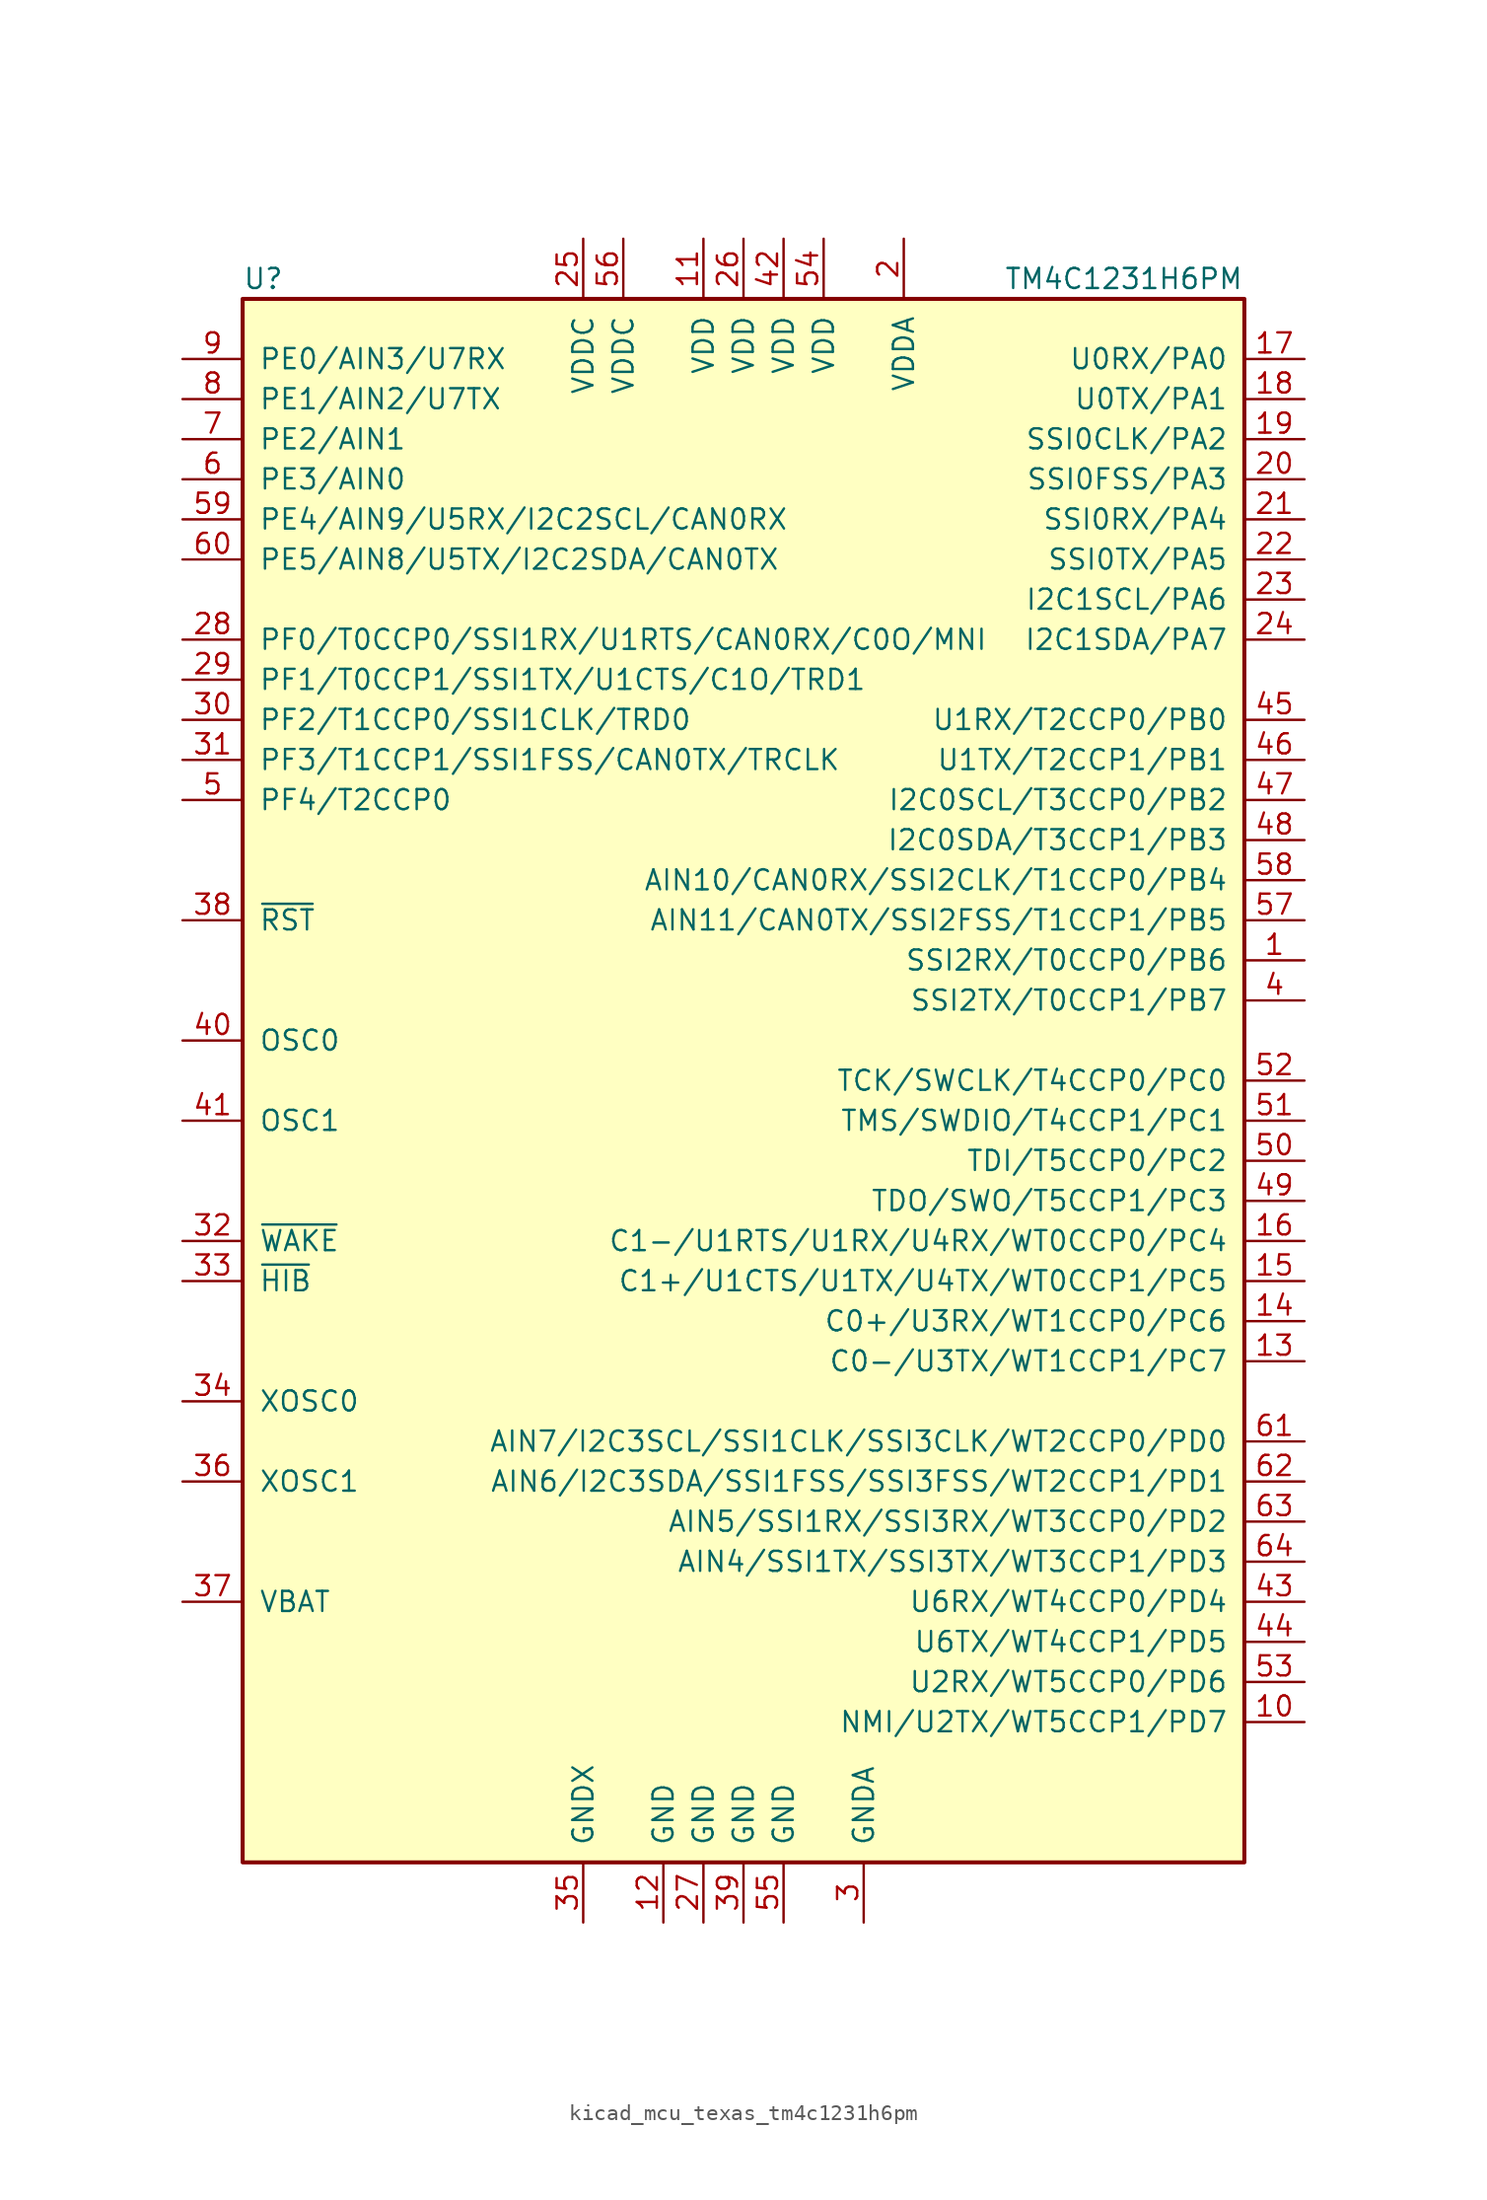
<source format=kicad_sym>
(kicad_symbol_lib
  (version 20220914)
  (generator kicad_symbol_editor)
  (symbol "kicad_mcu_texas_tm4c1231h6pm"
    (pin_names
      (offset 1.016))
    (property "Reference" "U"
      (at -31.75 50.8 0)
      (effects (font (size 1.27 1.27)) (justify left)))
    (property "Value" "TM4C1231H6PM"
      (at 16.51 50.8 0)
      (effects (font (size 1.27 1.27)) (justify left)))
    (symbol "kicad_mcu_texas_tm4c1231h6pm_0_1"
      (rectangle (start -31.75 49.53) (end 31.75 -49.53) (stroke (width 0.254) (type default)) (fill (type background))))
    (symbol "kicad_mcu_texas_tm4c1231h6pm_1_1"
      (pin bidirectional line (at 35.56 7.62 180) (length 3.81) (name "SSI2RX/T0CCP0/PB6" (effects (font (size 1.27 1.27)))) (number "1" (effects (font (size 1.27 1.27)))))
      (pin bidirectional line (at 35.56 -40.64 180) (length 3.81) (name "NMI/U2TX/WT5CCP1/PD7" (effects (font (size 1.27 1.27)))) (number "10" (effects (font (size 1.27 1.27)))))
      (pin power_in line (at -2.54 53.34 270) (length 3.81) (name "VDD" (effects (font (size 1.27 1.27)))) (number "11" (effects (font (size 1.27 1.27)))))
      (pin power_in line (at -5.08 -53.34 90) (length 3.81) (name "GND" (effects (font (size 1.27 1.27)))) (number "12" (effects (font (size 1.27 1.27)))))
      (pin bidirectional line (at 35.56 -17.78 180) (length 3.81) (name "C0-/U3TX/WT1CCP1/PC7" (effects (font (size 1.27 1.27)))) (number "13" (effects (font (size 1.27 1.27)))))
      (pin bidirectional line (at 35.56 -15.24 180) (length 3.81) (name "C0+/U3RX/WT1CCP0/PC6" (effects (font (size 1.27 1.27)))) (number "14" (effects (font (size 1.27 1.27)))))
      (pin bidirectional line (at 35.56 -12.7 180) (length 3.81) (name "C1+/U1CTS/U1TX/U4TX/WT0CCP1/PC5" (effects (font (size 1.27 1.27)))) (number "15" (effects (font (size 1.27 1.27)))))
      (pin bidirectional line (at 35.56 -10.16 180) (length 3.81) (name "C1-/U1RTS/U1RX/U4RX/WT0CCP0/PC4" (effects (font (size 1.27 1.27)))) (number "16" (effects (font (size 1.27 1.27)))))
      (pin bidirectional line (at 35.56 45.72 180) (length 3.81) (name "U0RX/PA0" (effects (font (size 1.27 1.27)))) (number "17" (effects (font (size 1.27 1.27)))))
      (pin bidirectional line (at 35.56 43.18 180) (length 3.81) (name "U0TX/PA1" (effects (font (size 1.27 1.27)))) (number "18" (effects (font (size 1.27 1.27)))))
      (pin bidirectional line (at 35.56 40.64 180) (length 3.81) (name "SSI0CLK/PA2" (effects (font (size 1.27 1.27)))) (number "19" (effects (font (size 1.27 1.27)))))
      (pin power_in line (at 10.16 53.34 270) (length 3.81) (name "VDDA" (effects (font (size 1.27 1.27)))) (number "2" (effects (font (size 1.27 1.27)))))
      (pin bidirectional line (at 35.56 38.1 180) (length 3.81) (name "SSI0FSS/PA3" (effects (font (size 1.27 1.27)))) (number "20" (effects (font (size 1.27 1.27)))))
      (pin bidirectional line (at 35.56 35.56 180) (length 3.81) (name "SSI0RX/PA4" (effects (font (size 1.27 1.27)))) (number "21" (effects (font (size 1.27 1.27)))))
      (pin bidirectional line (at 35.56 33.02 180) (length 3.81) (name "SSI0TX/PA5" (effects (font (size 1.27 1.27)))) (number "22" (effects (font (size 1.27 1.27)))))
      (pin bidirectional line (at 35.56 30.48 180) (length 3.81) (name "I2C1SCL/PA6" (effects (font (size 1.27 1.27)))) (number "23" (effects (font (size 1.27 1.27)))))
      (pin bidirectional line (at 35.56 27.94 180) (length 3.81) (name "I2C1SDA/PA7" (effects (font (size 1.27 1.27)))) (number "24" (effects (font (size 1.27 1.27)))))
      (pin power_in line (at -10.16 53.34 270) (length 3.81) (name "VDDC" (effects (font (size 1.27 1.27)))) (number "25" (effects (font (size 1.27 1.27)))))
      (pin power_in line (at 0 53.34 270) (length 3.81) (name "VDD" (effects (font (size 1.27 1.27)))) (number "26" (effects (font (size 1.27 1.27)))))
      (pin power_in line (at -2.54 -53.34 90) (length 3.81) (name "GND" (effects (font (size 1.27 1.27)))) (number "27" (effects (font (size 1.27 1.27)))))
      (pin bidirectional line (at -35.56 27.94 0) (length 3.81) (name "PF0/T0CCP0/SSI1RX/U1RTS/CAN0RX/C0O/MNI" (effects (font (size 1.27 1.27)))) (number "28" (effects (font (size 1.27 1.27)))))
      (pin bidirectional line (at -35.56 25.4 0) (length 3.81) (name "PF1/T0CCP1/SSI1TX/U1CTS/C1O/TRD1" (effects (font (size 1.27 1.27)))) (number "29" (effects (font (size 1.27 1.27)))))
      (pin power_in line (at 7.62 -53.34 90) (length 3.81) (name "GNDA" (effects (font (size 1.27 1.27)))) (number "3" (effects (font (size 1.27 1.27)))))
      (pin bidirectional line (at -35.56 22.86 0) (length 3.81) (name "PF2/T1CCP0/SSI1CLK/TRD0" (effects (font (size 1.27 1.27)))) (number "30" (effects (font (size 1.27 1.27)))))
      (pin bidirectional line (at -35.56 20.32 0) (length 3.81) (name "PF3/T1CCP1/SSI1FSS/CAN0TX/TRCLK" (effects (font (size 1.27 1.27)))) (number "31" (effects (font (size 1.27 1.27)))))
      (pin input line (at -35.56 -10.16 0) (length 3.81) (name "~{WAKE}" (effects (font (size 1.27 1.27)))) (number "32" (effects (font (size 1.27 1.27)))))
      (pin open_collector line (at -35.56 -12.7 0) (length 3.81) (name "~{HIB}" (effects (font (size 1.27 1.27)))) (number "33" (effects (font (size 1.27 1.27)))))
      (pin passive line (at -35.56 -20.32 0) (length 3.81) (name "XOSC0" (effects (font (size 1.27 1.27)))) (number "34" (effects (font (size 1.27 1.27)))))
      (pin power_in line (at -10.16 -53.34 90) (length 3.81) (name "GNDX" (effects (font (size 1.27 1.27)))) (number "35" (effects (font (size 1.27 1.27)))))
      (pin passive line (at -35.56 -25.4 0) (length 3.81) (name "XOSC1" (effects (font (size 1.27 1.27)))) (number "36" (effects (font (size 1.27 1.27)))))
      (pin passive line (at -35.56 -33.02 0) (length 3.81) (name "VBAT" (effects (font (size 1.27 1.27)))) (number "37" (effects (font (size 1.27 1.27)))))
      (pin input line (at -35.56 10.16 0) (length 3.81) (name "~{RST}" (effects (font (size 1.27 1.27)))) (number "38" (effects (font (size 1.27 1.27)))))
      (pin bidirectional line (at 0 -53.34 90) (length 3.81) (name "GND" (effects (font (size 1.27 1.27)))) (number "39" (effects (font (size 1.27 1.27)))))
      (pin bidirectional line (at 35.56 5.08 180) (length 3.81) (name "SSI2TX/T0CCP1/PB7" (effects (font (size 1.27 1.27)))) (number "4" (effects (font (size 1.27 1.27)))))
      (pin passive line (at -35.56 2.54 0) (length 3.81) (name "OSC0" (effects (font (size 1.27 1.27)))) (number "40" (effects (font (size 1.27 1.27)))))
      (pin passive line (at -35.56 -2.54 0) (length 3.81) (name "OSC1" (effects (font (size 1.27 1.27)))) (number "41" (effects (font (size 1.27 1.27)))))
      (pin power_in line (at 2.54 53.34 270) (length 3.81) (name "VDD" (effects (font (size 1.27 1.27)))) (number "42" (effects (font (size 1.27 1.27)))))
      (pin bidirectional line (at 35.56 -33.02 180) (length 3.81) (name "U6RX/WT4CCP0/PD4" (effects (font (size 1.27 1.27)))) (number "43" (effects (font (size 1.27 1.27)))))
      (pin bidirectional line (at 35.56 -35.56 180) (length 3.81) (name "U6TX/WT4CCP1/PD5" (effects (font (size 1.27 1.27)))) (number "44" (effects (font (size 1.27 1.27)))))
      (pin bidirectional line (at 35.56 22.86 180) (length 3.81) (name "U1RX/T2CCP0/PB0" (effects (font (size 1.27 1.27)))) (number "45" (effects (font (size 1.27 1.27)))))
      (pin bidirectional line (at 35.56 20.32 180) (length 3.81) (name "U1TX/T2CCP1/PB1" (effects (font (size 1.27 1.27)))) (number "46" (effects (font (size 1.27 1.27)))))
      (pin bidirectional line (at 35.56 17.78 180) (length 3.81) (name "I2C0SCL/T3CCP0/PB2" (effects (font (size 1.27 1.27)))) (number "47" (effects (font (size 1.27 1.27)))))
      (pin bidirectional line (at 35.56 15.24 180) (length 3.81) (name "I2C0SDA/T3CCP1/PB3" (effects (font (size 1.27 1.27)))) (number "48" (effects (font (size 1.27 1.27)))))
      (pin bidirectional line (at 35.56 -7.62 180) (length 3.81) (name "TDO/SWO/T5CCP1/PC3" (effects (font (size 1.27 1.27)))) (number "49" (effects (font (size 1.27 1.27)))))
      (pin bidirectional line (at -35.56 17.78 0) (length 3.81) (name "PF4/T2CCP0" (effects (font (size 1.27 1.27)))) (number "5" (effects (font (size 1.27 1.27)))))
      (pin bidirectional line (at 35.56 -5.08 180) (length 3.81) (name "TDI/T5CCP0/PC2" (effects (font (size 1.27 1.27)))) (number "50" (effects (font (size 1.27 1.27)))))
      (pin bidirectional line (at 35.56 -2.54 180) (length 3.81) (name "TMS/SWDIO/T4CCP1/PC1" (effects (font (size 1.27 1.27)))) (number "51" (effects (font (size 1.27 1.27)))))
      (pin bidirectional line (at 35.56 0 180) (length 3.81) (name "TCK/SWCLK/T4CCP0/PC0" (effects (font (size 1.27 1.27)))) (number "52" (effects (font (size 1.27 1.27)))))
      (pin bidirectional line (at 35.56 -38.1 180) (length 3.81) (name "U2RX/WT5CCP0/PD6" (effects (font (size 1.27 1.27)))) (number "53" (effects (font (size 1.27 1.27)))))
      (pin power_in line (at 5.08 53.34 270) (length 3.81) (name "VDD" (effects (font (size 1.27 1.27)))) (number "54" (effects (font (size 1.27 1.27)))))
      (pin power_in line (at 2.54 -53.34 90) (length 3.81) (name "GND" (effects (font (size 1.27 1.27)))) (number "55" (effects (font (size 1.27 1.27)))))
      (pin power_in line (at -7.62 53.34 270) (length 3.81) (name "VDDC" (effects (font (size 1.27 1.27)))) (number "56" (effects (font (size 1.27 1.27)))))
      (pin bidirectional line (at 35.56 10.16 180) (length 3.81) (name "AIN11/CAN0TX/SSI2FSS/T1CCP1/PB5" (effects (font (size 1.27 1.27)))) (number "57" (effects (font (size 1.27 1.27)))))
      (pin bidirectional line (at 35.56 12.7 180) (length 3.81) (name "AIN10/CAN0RX/SSI2CLK/T1CCP0/PB4" (effects (font (size 1.27 1.27)))) (number "58" (effects (font (size 1.27 1.27)))))
      (pin bidirectional line (at -35.56 35.56 0) (length 3.81) (name "PE4/AIN9/U5RX/I2C2SCL/CAN0RX" (effects (font (size 1.27 1.27)))) (number "59" (effects (font (size 1.27 1.27)))))
      (pin bidirectional line (at -35.56 38.1 0) (length 3.81) (name "PE3/AIN0" (effects (font (size 1.27 1.27)))) (number "6" (effects (font (size 1.27 1.27)))))
      (pin bidirectional line (at -35.56 33.02 0) (length 3.81) (name "PE5/AIN8/U5TX/I2C2SDA/CAN0TX" (effects (font (size 1.27 1.27)))) (number "60" (effects (font (size 1.27 1.27)))))
      (pin bidirectional line (at 35.56 -22.86 180) (length 3.81) (name "AIN7/I2C3SCL/SSI1CLK/SSI3CLK/WT2CCP0/PD0" (effects (font (size 1.27 1.27)))) (number "61" (effects (font (size 1.27 1.27)))))
      (pin bidirectional line (at 35.56 -25.4 180) (length 3.81) (name "AIN6/I2C3SDA/SSI1FSS/SSI3FSS/WT2CCP1/PD1" (effects (font (size 1.27 1.27)))) (number "62" (effects (font (size 1.27 1.27)))))
      (pin bidirectional line (at 35.56 -27.94 180) (length 3.81) (name "AIN5/SSI1RX/SSI3RX/WT3CCP0/PD2" (effects (font (size 1.27 1.27)))) (number "63" (effects (font (size 1.27 1.27)))))
      (pin bidirectional line (at 35.56 -30.48 180) (length 3.81) (name "AIN4/SSI1TX/SSI3TX/WT3CCP1/PD3" (effects (font (size 1.27 1.27)))) (number "64" (effects (font (size 1.27 1.27)))))
      (pin bidirectional line (at -35.56 40.64 0) (length 3.81) (name "PE2/AIN1" (effects (font (size 1.27 1.27)))) (number "7" (effects (font (size 1.27 1.27)))))
      (pin bidirectional line (at -35.56 43.18 0) (length 3.81) (name "PE1/AIN2/U7TX" (effects (font (size 1.27 1.27)))) (number "8" (effects (font (size 1.27 1.27)))))
      (pin bidirectional line (at -35.56 45.72 0) (length 3.81) (name "PE0/AIN3/U7RX" (effects (font (size 1.27 1.27)))) (number "9" (effects (font (size 1.27 1.27))))))))
</source>
